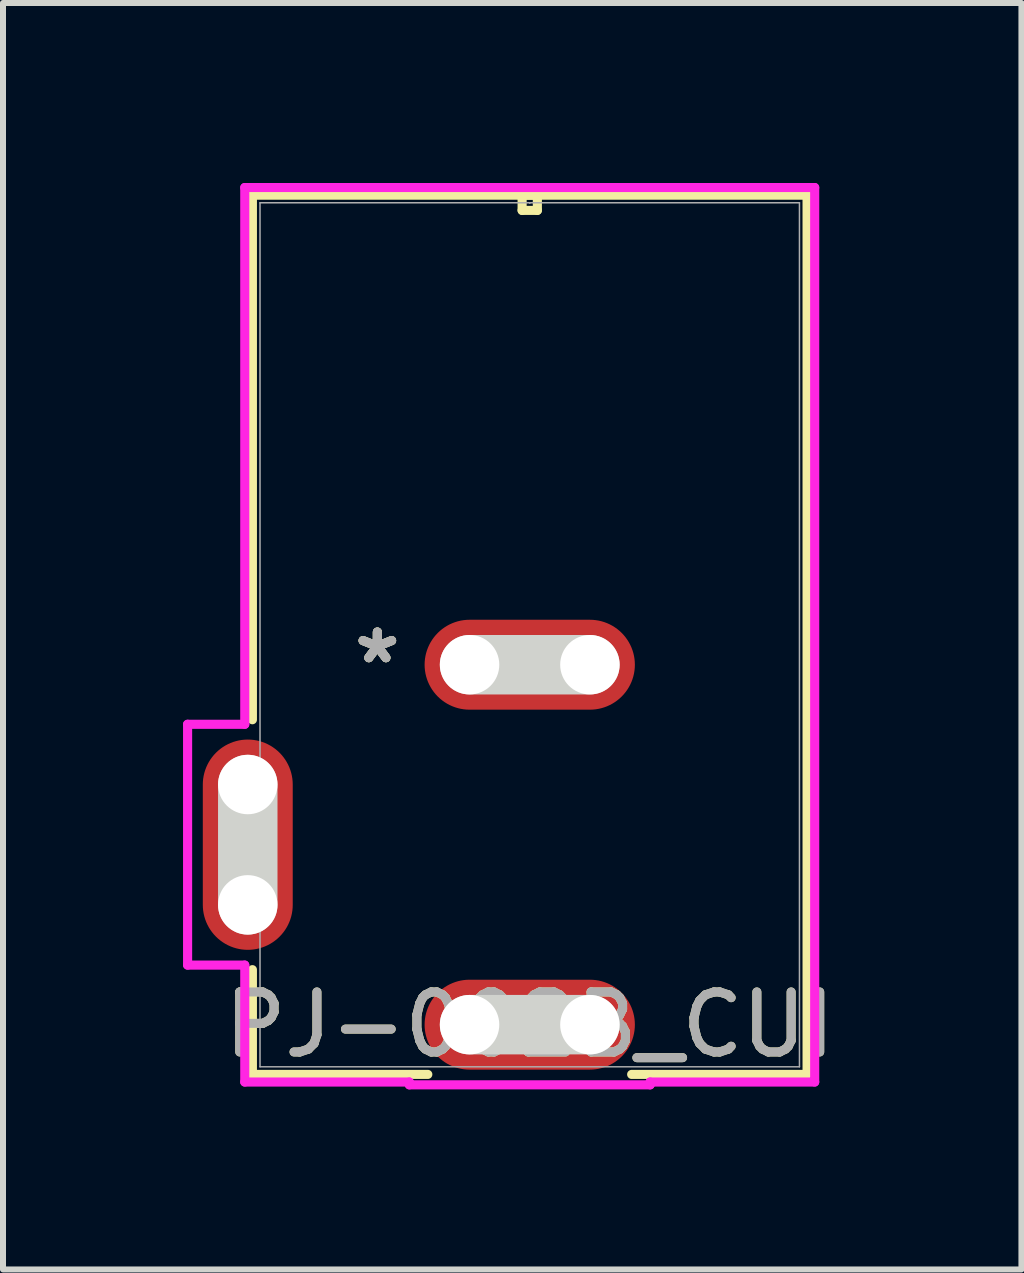
<source format=kicad_pcb>
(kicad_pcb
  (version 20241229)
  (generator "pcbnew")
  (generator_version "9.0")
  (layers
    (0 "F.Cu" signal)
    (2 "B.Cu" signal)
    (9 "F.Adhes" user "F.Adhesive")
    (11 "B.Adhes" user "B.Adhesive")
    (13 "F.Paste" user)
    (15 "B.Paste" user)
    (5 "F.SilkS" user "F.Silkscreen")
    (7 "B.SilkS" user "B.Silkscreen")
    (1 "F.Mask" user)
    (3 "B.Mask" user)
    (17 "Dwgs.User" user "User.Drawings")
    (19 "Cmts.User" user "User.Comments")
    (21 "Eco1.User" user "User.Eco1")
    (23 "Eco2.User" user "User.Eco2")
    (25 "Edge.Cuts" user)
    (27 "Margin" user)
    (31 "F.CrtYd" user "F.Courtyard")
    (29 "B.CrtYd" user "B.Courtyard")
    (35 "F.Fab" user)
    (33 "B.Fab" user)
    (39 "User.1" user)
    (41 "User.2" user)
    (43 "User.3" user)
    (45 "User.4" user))
  (footprint "PJ-002B_CUI"
    (layer "F.Cu")
    (at 5.78 14.03)
    (property "Reference" "PJ-002B_CUI" (at 0 0 0) (unlocked yes) (layer "F.SilkS") (effects (font (size 1 1) (thickness 0.15))))
    (attr smd)
    (fp_line (start -4.623 -13.827) (end -4.623 -5.083) (stroke (width 0.152) (type solid)) (layer "F.SilkS"))
    (fp_line (start -4.623 -0.917) (end -4.623 0.829) (stroke (width 0.152) (type solid)) (layer "F.SilkS"))
    (fp_line (start -4.623 0.829) (end -1.699 0.829) (stroke (width 0.152) (type solid)) (layer "F.SilkS"))
    (fp_line (start -0.127 -13.827) (end -0.127 -13.573) (stroke (width 0.152) (type solid)) (layer "F.SilkS"))
    (fp_line (start -0.127 -13.573) (end 0.127 -13.573) (stroke (width 0.152) (type solid)) (layer "F.SilkS"))
    (fp_line (start 0.127 -13.827) (end -0.127 -13.827) (stroke (width 0.152) (type solid)) (layer "F.SilkS"))
    (fp_line (start 0.127 -13.573) (end 0.127 -13.827) (stroke (width 0.152) (type solid)) (layer "F.SilkS"))
    (fp_line (start 1.699 0.829) (end 4.623 0.829) (stroke (width 0.152) (type solid)) (layer "F.SilkS"))
    (fp_line (start 4.623 -13.827) (end -4.623 -13.827) (stroke (width 0.152) (type solid)) (layer "F.SilkS"))
    (fp_line (start 4.623 0.829) (end 4.623 -13.827) (stroke (width 0.152) (type solid)) (layer "F.SilkS"))
    (fp_line (start -4.7 -1.997) (end -4.7 -4.003) (stroke (width 0.991) (type solid)) (layer "Edge.Cuts"))
    (fp_line (start -1.003 -6) (end 1.003 -6) (stroke (width 0.991) (type solid)) (layer "Edge.Cuts"))
    (fp_line (start -1.003 0) (end 1.003 0) (stroke (width 0.991) (type solid)) (layer "Edge.Cuts"))
    (fp_line (start -5.703 -5.007) (end -5.703 -0.993) (stroke (width 0.152) (type solid)) (layer "F.CrtYd"))
    (fp_line (start -5.703 -0.993) (end -4.75 -0.993) (stroke (width 0.152) (type solid)) (layer "F.CrtYd"))
    (fp_line (start -4.75 -0.993) (end -4.75 0.956) (stroke (width 0.152) (type solid)) (layer "F.CrtYd"))
    (fp_line (start -4.75 -13.954) (end -4.75 -5.007) (stroke (width 0.152) (type solid)) (layer "F.CrtYd"))
    (fp_line (start -4.75 -5.007) (end -5.703 -5.007) (stroke (width 0.152) (type solid)) (layer "F.CrtYd"))
    (fp_line (start -4.75 0.956) (end -2.007 0.956) (stroke (width 0.152) (type solid)) (layer "F.CrtYd"))
    (fp_line (start -2.007 0.956) (end -2.007 1.003) (stroke (width 0.152) (type solid)) (layer "F.CrtYd"))
    (fp_line (start -2.007 1.003) (end 2.007 1.003) (stroke (width 0.152) (type solid)) (layer "F.CrtYd"))
    (fp_line (start 2.007 0.956) (end 4.75 0.956) (stroke (width 0.152) (type solid)) (layer "F.CrtYd"))
    (fp_line (start 2.007 1.003) (end 2.007 0.956) (stroke (width 0.152) (type solid)) (layer "F.CrtYd"))
    (fp_line (start 4.75 -13.954) (end -4.75 -13.954) (stroke (width 0.152) (type solid)) (layer "F.CrtYd"))
    (fp_line (start 4.75 0.956) (end 4.75 -13.954) (stroke (width 0.152) (type solid)) (layer "F.CrtYd"))
    (fp_line (start -4.902 -4.245) (end -4.902 -1.755) (stroke (width 0.025) (type solid)) (layer "F.Fab"))
    (fp_line (start -4.902 -4.245) (end -4.496 -4.245) (stroke (width 0.025) (type solid)) (layer "F.Fab"))
    (fp_line (start -4.902 -1.755) (end -4.496 -1.755) (stroke (width 0.025) (type solid)) (layer "F.Fab"))
    (fp_line (start -4.496 -13.7) (end -4.496 0.702) (stroke (width 0.025) (type solid)) (layer "F.Fab"))
    (fp_line (start -4.496 0.702) (end 4.496 0.702) (stroke (width 0.025) (type solid)) (layer "F.Fab"))
    (fp_line (start 0 -13.7) (end 0 -13.7) (stroke (width 0.025) (type solid)) (layer "F.Fab"))
    (fp_line (start 0 -13.7) (end 0 -13.7) (stroke (width 0.025) (type solid)) (layer "F.Fab"))
    (fp_line (start 0 -13.7) (end 0 -13.7) (stroke (width 0.025) (type solid)) (layer "F.Fab"))
    (fp_line (start 0 -13.7) (end 0 -13.7) (stroke (width 0.025) (type solid)) (layer "F.Fab"))
    (fp_line (start 4.496 -13.7) (end -4.496 -13.7) (stroke (width 0.025) (type solid)) (layer "F.Fab"))
    (fp_line (start 4.496 0.702) (end 4.496 -13.7) (stroke (width 0.025) (type solid)) (layer "F.Fab"))
    (fp_text user "*" (at -2.54 -6 0) (unlocked yes) (layer "F.SilkS") (effects (font (size 1 1) (thickness 0.15))))
    (fp_text user "*" (at -2.54 -6 0) (layer "F.SilkS") (effects (font (size 1 1) (thickness 0.15))))
    (fp_text user "*" (at -2.54 -6 0) (unlocked yes) (layer "F.Fab") (effects (font (size 1 1) (thickness 0.15))))
    (fp_text user "${REFERENCE}" (at 0 0 0) (unlocked yes) (layer "F.Fab") (effects (font (size 1 1) (thickness 0.15))))
    (fp_text user "*" (at -2.54 -6 0) (layer "F.Fab") (effects (font (size 1 1) (thickness 0.15))))
    (pad "" np_thru_hole circle (at -4.7 -4.003) (size 0.991 0.991) (drill 0.991) (layers "*.Cu" "*.Mask"))
    (pad "" np_thru_hole circle (at -4.7 -1.997) (size 0.991 0.991) (drill 0.991) (layers "*.Cu" "*.Mask"))
    (pad "" np_thru_hole circle (at -1.003 -6) (size 0.991 0.991) (drill 0.991) (layers "*.Cu" "*.Mask"))
    (pad "" np_thru_hole circle (at -1.003 0) (size 0.991 0.991) (drill 0.991) (layers "*.Cu" "*.Mask"))
    (pad "" np_thru_hole circle (at 1.003 -6) (size 0.991 0.991) (drill 0.991) (layers "*.Cu" "*.Mask"))
    (pad "" np_thru_hole circle (at 1.003 0) (size 0.991 0.991) (drill 0.991) (layers "*.Cu" "*.Mask"))
    (pad "1" smd oval (at 0 0) (size 3.505 1.499) (layers "F.Cu" "F.Mask" "F.Paste"))
    (pad "2" smd oval (at 0 -6) (size 3.505 1.499) (layers "F.Cu" "F.Mask" "F.Paste"))
    (pad "3" smd oval (at -4.7 -3) (size 1.499 3.505) (layers "F.Cu" "F.Mask" "F.Paste")))
  (gr_rect
    (start -3 -3)
    (end 13.976 18.11)
    (stroke (width 0.1) (type default))
    (fill no)
    (layer "Edge.Cuts")))
</source>
